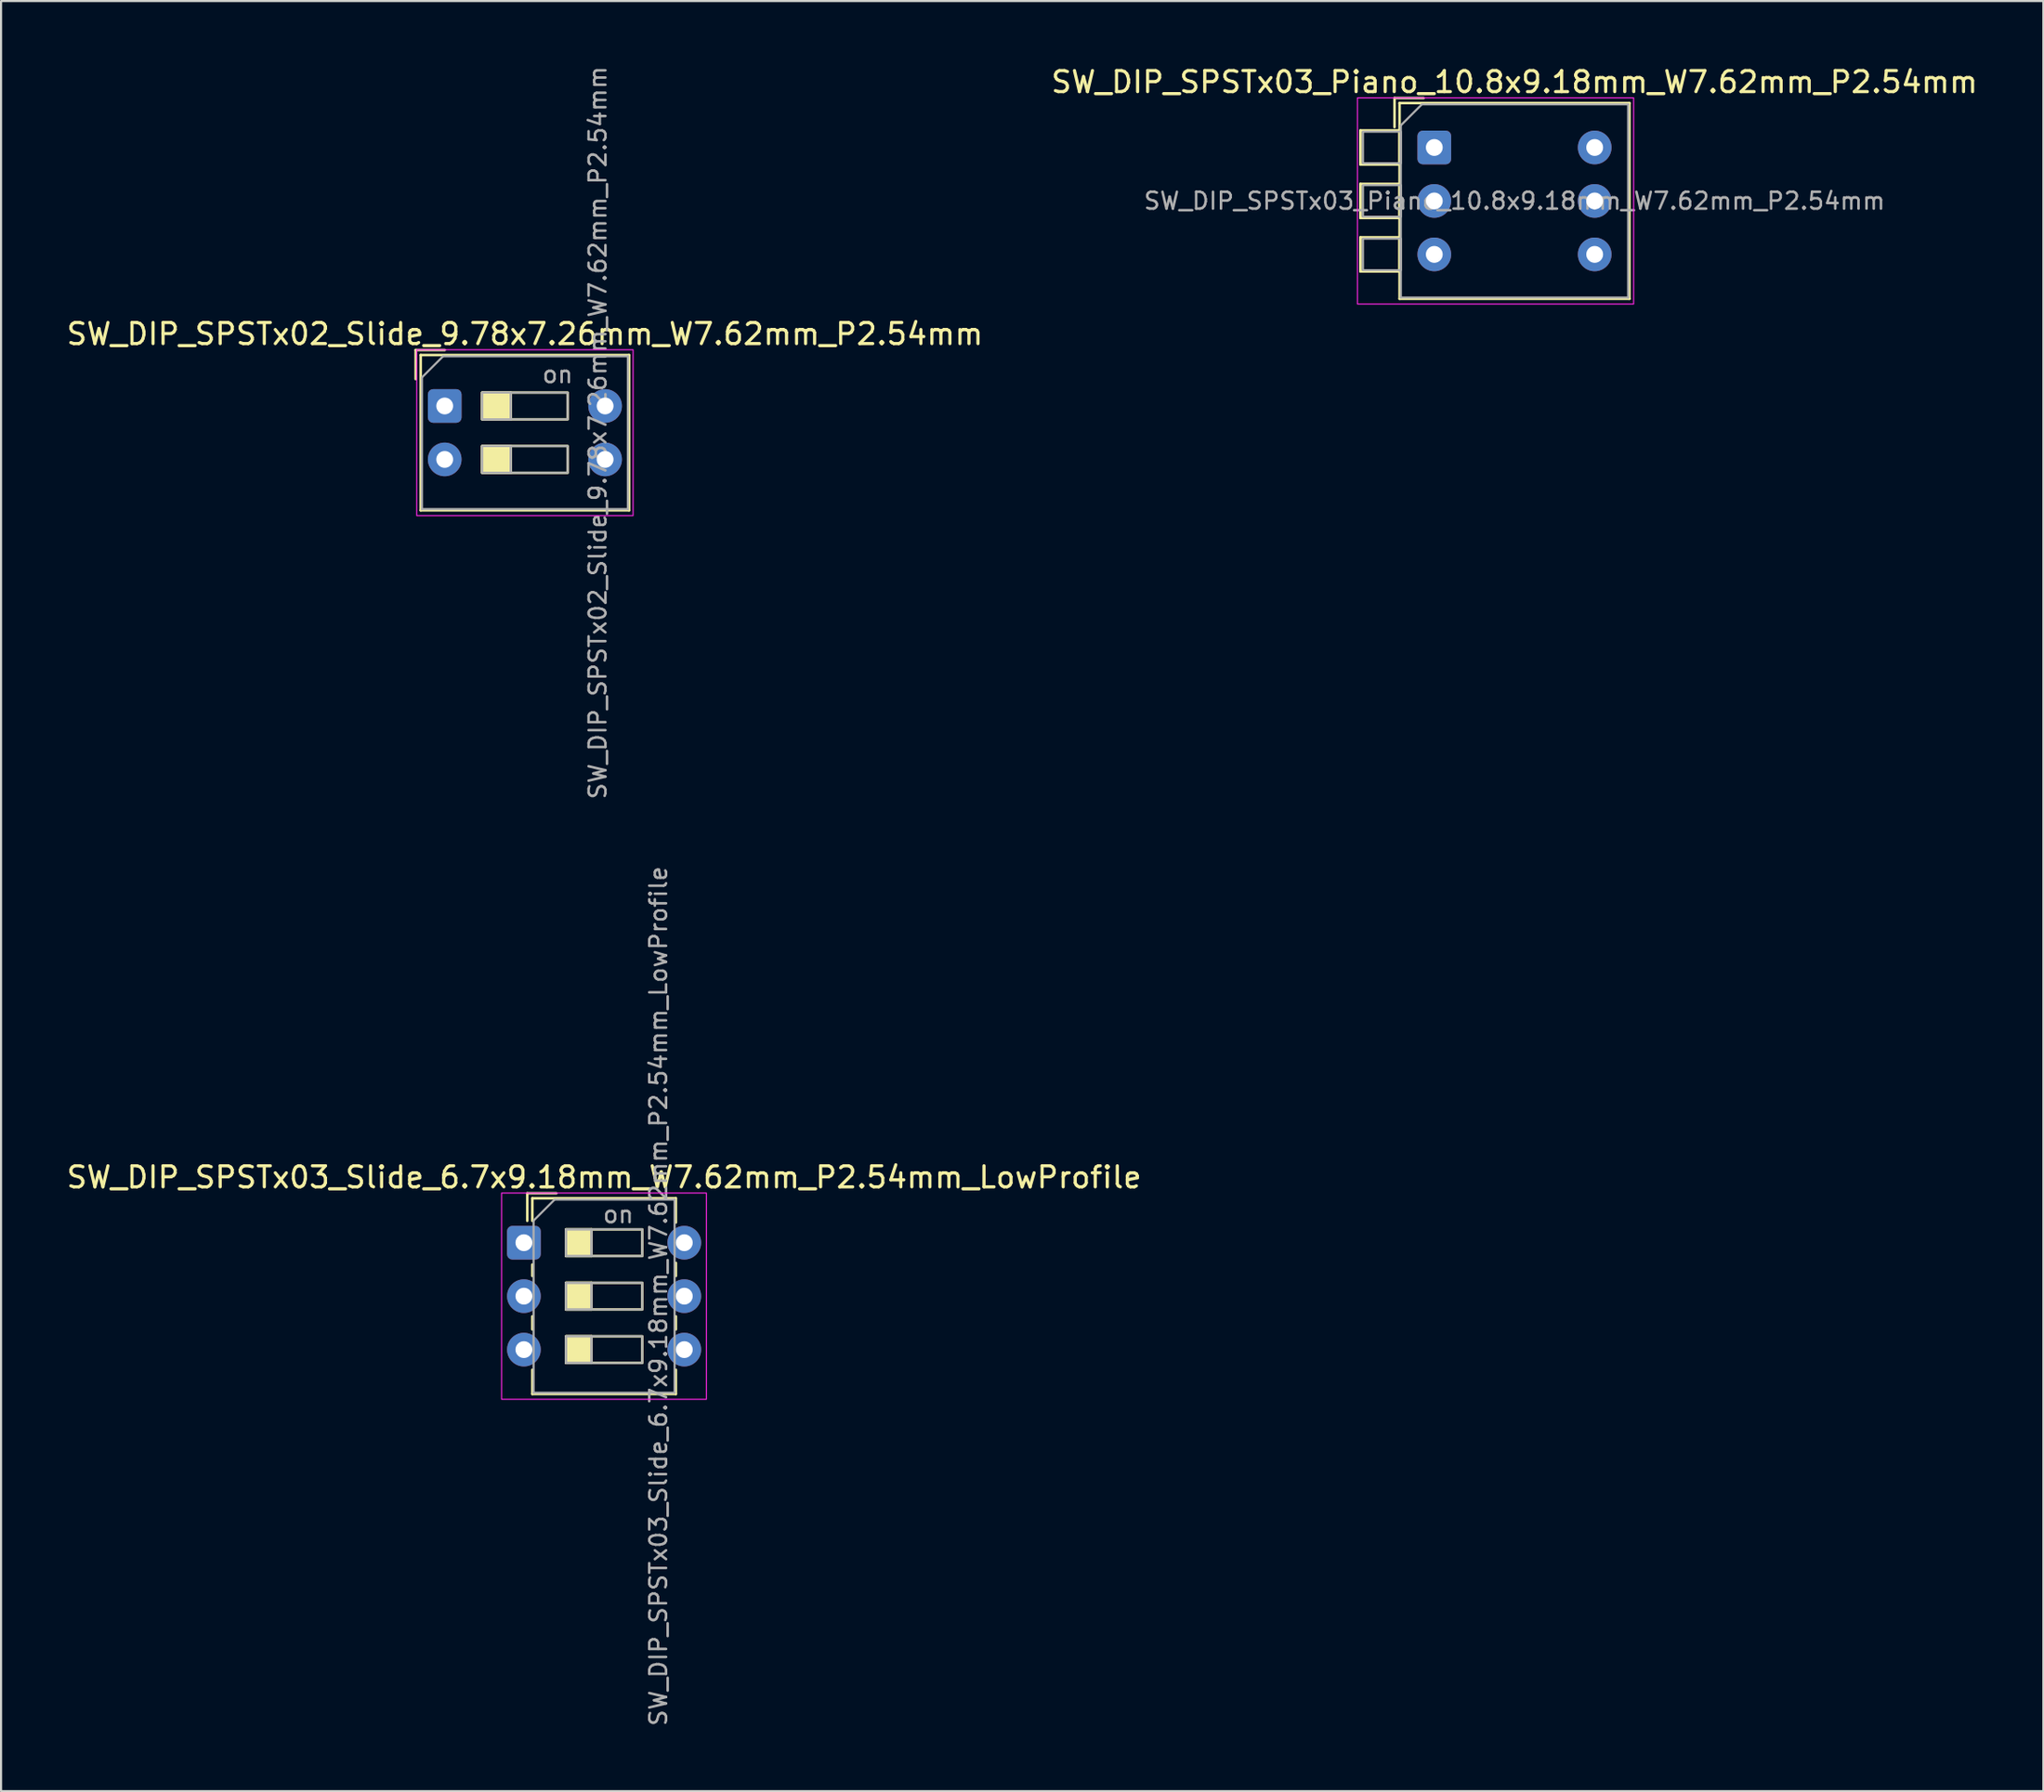
<source format=kicad_pcb>
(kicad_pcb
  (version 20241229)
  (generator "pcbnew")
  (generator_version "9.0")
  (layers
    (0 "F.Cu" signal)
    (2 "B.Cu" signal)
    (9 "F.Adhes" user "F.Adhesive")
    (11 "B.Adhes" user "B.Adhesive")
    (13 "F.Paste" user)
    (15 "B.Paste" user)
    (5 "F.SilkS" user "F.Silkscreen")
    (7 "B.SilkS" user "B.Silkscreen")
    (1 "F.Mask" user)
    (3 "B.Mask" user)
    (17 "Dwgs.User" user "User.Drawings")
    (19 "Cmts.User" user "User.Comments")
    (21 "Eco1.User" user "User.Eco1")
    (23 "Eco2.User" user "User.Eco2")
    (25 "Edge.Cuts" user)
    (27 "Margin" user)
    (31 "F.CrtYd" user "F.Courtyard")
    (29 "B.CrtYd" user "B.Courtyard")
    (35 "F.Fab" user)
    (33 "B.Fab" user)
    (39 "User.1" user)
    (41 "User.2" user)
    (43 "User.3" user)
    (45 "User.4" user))
  (footprint "SW_DIP_SPSTx02_Slide_9.78x7.26mm_W7.62mm_P2.54mm"
    (layer "F.Cu")
    (at 18.077 16.24)
    (property "Reference" "SW_DIP_SPSTx02_Slide_9.78x7.26mm_W7.62mm_P2.54mm" (at 3.81 -3.42 0) (layer "F.SilkS") (effects (font (size 1 1) (thickness 0.15))))
    (attr through_hole)
    (fp_line (start -1.38 -2.66) (end -1.38 -1.277) (stroke (width 0.12) (type solid)) (layer "F.SilkS"))
    (fp_line (start -1.38 -2.66) (end 0.003 -2.66) (stroke (width 0.12) (type solid)) (layer "F.SilkS"))
    (fp_line (start -1.14 -2.42) (end -1.14 4.96) (stroke (width 0.12) (type solid)) (layer "F.SilkS"))
    (fp_line (start -1.14 -2.42) (end 8.76 -2.42) (stroke (width 0.12) (type solid)) (layer "F.SilkS"))
    (fp_line (start -1.14 4.96) (end 8.76 4.96) (stroke (width 0.12) (type solid)) (layer "F.SilkS"))
    (fp_line (start 3.133 -0.635) (end 3.133 0.635) (stroke (width 0.12) (type solid)) (layer "F.SilkS"))
    (fp_line (start 3.133 1.905) (end 3.133 3.175) (stroke (width 0.12) (type solid)) (layer "F.SilkS"))
    (fp_line (start 8.76 -2.42) (end 8.76 4.96) (stroke (width 0.12) (type solid)) (layer "F.SilkS"))
    (fp_rect (start 1.78 -0.635) (end 3.133 0.635) (stroke (width 0.12) (type solid)) (fill yes) (layer "F.SilkS"))
    (fp_rect (start 1.78 -0.635) (end 5.84 0.635) (stroke (width 0.12) (type solid)) (fill no) (layer "F.SilkS"))
    (fp_rect (start 1.78 1.905) (end 3.133 3.175) (stroke (width 0.12) (type solid)) (fill yes) (layer "F.SilkS"))
    (fp_rect (start 1.78 1.905) (end 5.84 3.175) (stroke (width 0.12) (type solid)) (fill no) (layer "F.SilkS"))
    (fp_rect (start -1.33 -2.67) (end 8.95 5.21) (stroke (width 0.05) (type solid)) (fill no) (layer "F.CrtYd"))
    (fp_line (start -1.08 -1.36) (end -0.08 -2.36) (stroke (width 0.1) (type solid)) (layer "F.Fab"))
    (fp_line (start -1.08 4.9) (end -1.08 -1.36) (stroke (width 0.1) (type solid)) (layer "F.Fab"))
    (fp_line (start -0.08 -2.36) (end 8.7 -2.36) (stroke (width 0.1) (type solid)) (layer "F.Fab"))
    (fp_line (start 3.133 -0.635) (end 3.133 0.635) (stroke (width 0.1) (type solid)) (layer "F.Fab"))
    (fp_line (start 3.133 1.905) (end 3.133 3.175) (stroke (width 0.1) (type solid)) (layer "F.Fab"))
    (fp_line (start 8.7 -2.36) (end 8.7 4.9) (stroke (width 0.1) (type solid)) (layer "F.Fab"))
    (fp_line (start 8.7 4.9) (end -1.08 4.9) (stroke (width 0.1) (type solid)) (layer "F.Fab"))
    (fp_rect (start 1.78 -0.635) (end 3.133 0.635) (stroke (width 0.1) (type solid)) (fill no) (layer "F.Fab"))
    (fp_rect (start 1.78 -0.635) (end 5.84 0.635) (stroke (width 0.1) (type solid)) (fill no) (layer "F.Fab"))
    (fp_rect (start 1.78 1.905) (end 3.133 3.175) (stroke (width 0.1) (type solid)) (fill no) (layer "F.Fab"))
    (fp_rect (start 1.78 1.905) (end 5.84 3.175) (stroke (width 0.1) (type solid)) (fill no) (layer "F.Fab"))
    (fp_text user "${REFERENCE}" (at 7.27 1.27 90) (layer "F.Fab") (effects (font (size 0.8 0.8) (thickness 0.12))))
    (fp_text user "on" (at 5.365 -1.498 0) (layer "F.Fab") (effects (font (size 0.8 0.8) (thickness 0.12))))
    (pad "1" thru_hole roundrect (at 0 0) (size 1.6 1.6) (drill 0.8) (layers "*.Cu" "*.Mask") (roundrect_rratio 0.156))
    (pad "2" thru_hole circle (at 0 2.54) (size 1.6 1.6) (drill 0.8) (layers "*.Cu" "*.Mask"))
    (pad "3" thru_hole circle (at 7.62 2.54) (size 1.6 1.6) (drill 0.8) (layers "*.Cu" "*.Mask"))
    (pad "4" thru_hole circle (at 7.62 0) (size 1.6 1.6) (drill 0.8) (layers "*.Cu" "*.Mask")))
  (footprint "SW_DIP_SPSTx03_Piano_10.8x9.18mm_W7.62mm_P2.54mm"
    (layer "F.Cu")
    (at 65.089 3.958)
    (property "Reference" "SW_DIP_SPSTx03_Piano_10.8x9.18mm_W7.62mm_P2.54mm" (at 3.81 -3.11 0) (layer "F.SilkS") (effects (font (size 1 1) (thickness 0.15))))
    (attr through_hole)
    (fp_line (start -3.51 -0.81) (end -1.65 -0.81) (stroke (width 0.12) (type solid)) (layer "F.SilkS"))
    (fp_line (start -3.51 0.81) (end -3.51 -0.81) (stroke (width 0.12) (type solid)) (layer "F.SilkS"))
    (fp_line (start -3.51 1.73) (end -1.65 1.73) (stroke (width 0.12) (type solid)) (layer "F.SilkS"))
    (fp_line (start -3.51 3.35) (end -3.51 1.73) (stroke (width 0.12) (type solid)) (layer "F.SilkS"))
    (fp_line (start -3.51 4.27) (end -1.65 4.27) (stroke (width 0.12) (type solid)) (layer "F.SilkS"))
    (fp_line (start -3.51 5.89) (end -3.51 4.27) (stroke (width 0.12) (type solid)) (layer "F.SilkS"))
    (fp_line (start -1.89 -2.35) (end -1.89 -0.967) (stroke (width 0.12) (type solid)) (layer "F.SilkS"))
    (fp_line (start -1.89 -2.35) (end -0.507 -2.35) (stroke (width 0.12) (type solid)) (layer "F.SilkS"))
    (fp_line (start -1.65 -2.11) (end -1.65 7.19) (stroke (width 0.12) (type solid)) (layer "F.SilkS"))
    (fp_line (start -1.65 -2.11) (end 9.27 -2.11) (stroke (width 0.12) (type solid)) (layer "F.SilkS"))
    (fp_line (start -1.65 -0.81) (end -1.65 0.81) (stroke (width 0.12) (type solid)) (layer "F.SilkS"))
    (fp_line (start -1.65 0.81) (end -3.51 0.81) (stroke (width 0.12) (type solid)) (layer "F.SilkS"))
    (fp_line (start -1.65 1.73) (end -1.65 3.35) (stroke (width 0.12) (type solid)) (layer "F.SilkS"))
    (fp_line (start -1.65 3.35) (end -3.51 3.35) (stroke (width 0.12) (type solid)) (layer "F.SilkS"))
    (fp_line (start -1.65 4.27) (end -1.65 5.89) (stroke (width 0.12) (type solid)) (layer "F.SilkS"))
    (fp_line (start -1.65 5.89) (end -3.51 5.89) (stroke (width 0.12) (type solid)) (layer "F.SilkS"))
    (fp_line (start -1.65 7.19) (end 9.27 7.19) (stroke (width 0.12) (type solid)) (layer "F.SilkS"))
    (fp_line (start 9.27 -2.11) (end 9.27 7.19) (stroke (width 0.12) (type solid)) (layer "F.SilkS"))
    (fp_rect (start -3.65 -2.36) (end 9.47 7.44) (stroke (width 0.05) (type solid)) (fill no) (layer "F.CrtYd"))
    (fp_line (start -1.59 -1.05) (end -0.59 -2.05) (stroke (width 0.1) (type solid)) (layer "F.Fab"))
    (fp_line (start -1.59 7.13) (end -1.59 -1.05) (stroke (width 0.1) (type solid)) (layer "F.Fab"))
    (fp_line (start -0.59 -2.05) (end 9.21 -2.05) (stroke (width 0.1) (type solid)) (layer "F.Fab"))
    (fp_line (start 9.21 -2.05) (end 9.21 7.13) (stroke (width 0.1) (type solid)) (layer "F.Fab"))
    (fp_line (start 9.21 7.13) (end -1.59 7.13) (stroke (width 0.1) (type solid)) (layer "F.Fab"))
    (fp_rect (start -3.39 -0.75) (end -1.59 0.75) (stroke (width 0.1) (type solid)) (fill no) (layer "F.Fab"))
    (fp_rect (start -3.39 1.79) (end -1.59 3.29) (stroke (width 0.1) (type solid)) (fill no) (layer "F.Fab"))
    (fp_rect (start -3.39 4.33) (end -1.59 5.83) (stroke (width 0.1) (type solid)) (fill no) (layer "F.Fab"))
    (fp_text user "${REFERENCE}" (at 3.81 2.54 0) (layer "F.Fab") (effects (font (size 0.8 0.8) (thickness 0.12))))
    (pad "1" thru_hole roundrect (at 0 0) (size 1.6 1.6) (drill 0.8) (layers "*.Cu" "*.Mask") (roundrect_rratio 0.156))
    (pad "2" thru_hole circle (at 0 2.54) (size 1.6 1.6) (drill 0.8) (layers "*.Cu" "*.Mask"))
    (pad "3" thru_hole circle (at 0 5.08) (size 1.6 1.6) (drill 0.8) (layers "*.Cu" "*.Mask"))
    (pad "4" thru_hole circle (at 7.62 5.08) (size 1.6 1.6) (drill 0.8) (layers "*.Cu" "*.Mask"))
    (pad "5" thru_hole circle (at 7.62 2.54) (size 1.6 1.6) (drill 0.8) (layers "*.Cu" "*.Mask"))
    (pad "6" thru_hole circle (at 7.62 0) (size 1.6 1.6) (drill 0.8) (layers "*.Cu" "*.Mask")))
  (footprint "SW_DIP_SPSTx03_Slide_6.7x9.18mm_W7.62mm_P2.54mm_LowProfile"
    (layer "F.Cu")
    (at 21.839 55.998)
    (property "Reference" "SW_DIP_SPSTx03_Slide_6.7x9.18mm_W7.62mm_P2.54mm_LowProfile" (at 3.81 -3.11 0) (layer "F.SilkS") (effects (font (size 1 1) (thickness 0.15))))
    (attr through_hole)
    (fp_line (start 0.16 -2.35) (end 0.16 -1.04) (stroke (width 0.12) (type solid)) (layer "F.SilkS"))
    (fp_line (start 0.16 -2.35) (end 1.543 -2.35) (stroke (width 0.12) (type solid)) (layer "F.SilkS"))
    (fp_line (start 0.4 -2.11) (end 0.4 -1.04) (stroke (width 0.12) (type solid)) (layer "F.SilkS"))
    (fp_line (start 0.4 -2.11) (end 7.22 -2.11) (stroke (width 0.12) (type solid)) (layer "F.SilkS"))
    (fp_line (start 0.4 1.04) (end 0.4 1.58) (stroke (width 0.12) (type solid)) (layer "F.SilkS"))
    (fp_line (start 0.4 3.5) (end 0.4 4.12) (stroke (width 0.12) (type solid)) (layer "F.SilkS"))
    (fp_line (start 0.4 6.04) (end 0.4 7.19) (stroke (width 0.12) (type solid)) (layer "F.SilkS"))
    (fp_line (start 0.4 7.19) (end 7.22 7.19) (stroke (width 0.12) (type solid)) (layer "F.SilkS"))
    (fp_line (start 3.207 -0.635) (end 3.207 0.635) (stroke (width 0.12) (type solid)) (layer "F.SilkS"))
    (fp_line (start 3.207 1.905) (end 3.207 3.175) (stroke (width 0.12) (type solid)) (layer "F.SilkS"))
    (fp_line (start 3.207 4.445) (end 3.207 5.715) (stroke (width 0.12) (type solid)) (layer "F.SilkS"))
    (fp_line (start 7.22 -2.11) (end 7.22 -0.96) (stroke (width 0.12) (type solid)) (layer "F.SilkS"))
    (fp_line (start 7.22 0.96) (end 7.22 1.58) (stroke (width 0.12) (type solid)) (layer "F.SilkS"))
    (fp_line (start 7.22 3.5) (end 7.22 4.12) (stroke (width 0.12) (type solid)) (layer "F.SilkS"))
    (fp_line (start 7.22 6.04) (end 7.22 7.19) (stroke (width 0.12) (type solid)) (layer "F.SilkS"))
    (fp_rect (start 2 -0.635) (end 3.207 0.635) (stroke (width 0.12) (type solid)) (fill yes) (layer "F.SilkS"))
    (fp_rect (start 2 -0.635) (end 5.62 0.635) (stroke (width 0.12) (type solid)) (fill no) (layer "F.SilkS"))
    (fp_rect (start 2 1.905) (end 3.207 3.175) (stroke (width 0.12) (type solid)) (fill yes) (layer "F.SilkS"))
    (fp_rect (start 2 1.905) (end 5.62 3.175) (stroke (width 0.12) (type solid)) (fill no) (layer "F.SilkS"))
    (fp_rect (start 2 4.445) (end 3.207 5.715) (stroke (width 0.12) (type solid)) (fill yes) (layer "F.SilkS"))
    (fp_rect (start 2 4.445) (end 5.62 5.715) (stroke (width 0.12) (type solid)) (fill no) (layer "F.SilkS"))
    (fp_rect (start -1.06 -2.36) (end 8.67 7.44) (stroke (width 0.05) (type solid)) (fill no) (layer "F.CrtYd"))
    (fp_line (start 0.46 -1.05) (end 1.46 -2.05) (stroke (width 0.1) (type solid)) (layer "F.Fab"))
    (fp_line (start 0.46 7.13) (end 0.46 -1.05) (stroke (width 0.1) (type solid)) (layer "F.Fab"))
    (fp_line (start 1.46 -2.05) (end 7.16 -2.05) (stroke (width 0.1) (type solid)) (layer "F.Fab"))
    (fp_line (start 3.207 -0.635) (end 3.207 0.635) (stroke (width 0.1) (type solid)) (layer "F.Fab"))
    (fp_line (start 3.207 1.905) (end 3.207 3.175) (stroke (width 0.1) (type solid)) (layer "F.Fab"))
    (fp_line (start 3.207 4.445) (end 3.207 5.715) (stroke (width 0.1) (type solid)) (layer "F.Fab"))
    (fp_line (start 7.16 -2.05) (end 7.16 7.13) (stroke (width 0.1) (type solid)) (layer "F.Fab"))
    (fp_line (start 7.16 7.13) (end 0.46 7.13) (stroke (width 0.1) (type solid)) (layer "F.Fab"))
    (fp_rect (start 2 -0.635) (end 3.207 0.635) (stroke (width 0.1) (type solid)) (fill no) (layer "F.Fab"))
    (fp_rect (start 2 -0.635) (end 5.62 0.635) (stroke (width 0.1) (type solid)) (fill no) (layer "F.Fab"))
    (fp_rect (start 2 1.905) (end 3.207 3.175) (stroke (width 0.1) (type solid)) (fill no) (layer "F.Fab"))
    (fp_rect (start 2 1.905) (end 5.62 3.175) (stroke (width 0.1) (type solid)) (fill no) (layer "F.Fab"))
    (fp_rect (start 2 4.445) (end 3.207 5.715) (stroke (width 0.1) (type solid)) (fill no) (layer "F.Fab"))
    (fp_rect (start 2 4.445) (end 5.62 5.715) (stroke (width 0.1) (type solid)) (fill no) (layer "F.Fab"))
    (fp_text user "${REFERENCE}" (at 6.39 2.54 90) (layer "F.Fab") (effects (font (size 0.8 0.8) (thickness 0.12))))
    (fp_text user "on" (at 4.485 -1.343 0) (layer "F.Fab") (effects (font (size 0.8 0.8) (thickness 0.12))))
    (pad "1" thru_hole roundrect (at 0 0) (size 1.6 1.6) (drill 0.8) (layers "*.Cu" "*.Mask") (roundrect_rratio 0.156))
    (pad "2" thru_hole circle (at 0 2.54) (size 1.6 1.6) (drill 0.8) (layers "*.Cu" "*.Mask"))
    (pad "3" thru_hole circle (at 0 5.08) (size 1.6 1.6) (drill 0.8) (layers "*.Cu" "*.Mask"))
    (pad "4" thru_hole circle (at 7.62 5.08) (size 1.6 1.6) (drill 0.8) (layers "*.Cu" "*.Mask"))
    (pad "5" thru_hole circle (at 7.62 2.54) (size 1.6 1.6) (drill 0.8) (layers "*.Cu" "*.Mask"))
    (pad "6" thru_hole circle (at 7.62 0) (size 1.6 1.6) (drill 0.8) (layers "*.Cu" "*.Mask")))
  (gr_rect
    (start -3 -3)
    (end 94.024 82.057)
    (stroke (width 0.1) (type default))
    (fill no)
    (layer "Edge.Cuts")))
</source>
